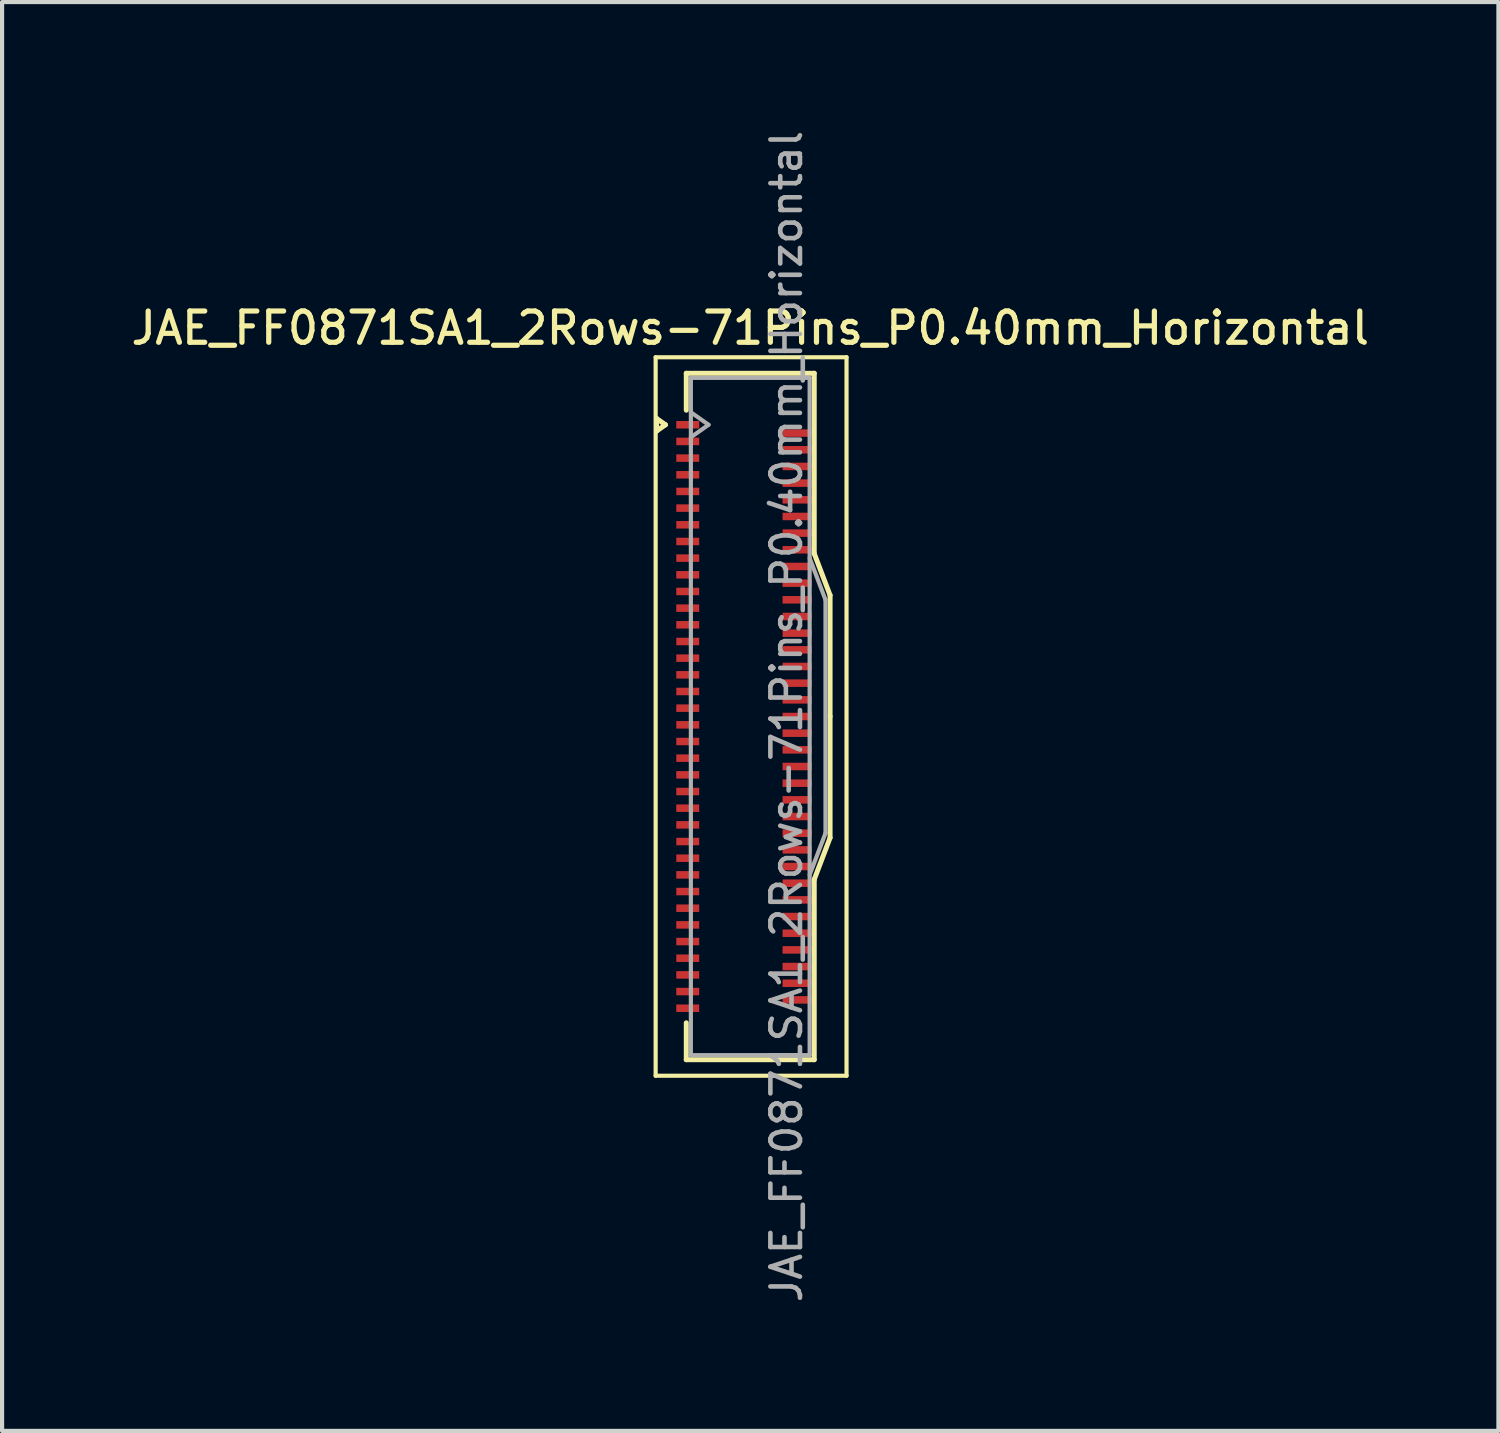
<source format=kicad_pcb>
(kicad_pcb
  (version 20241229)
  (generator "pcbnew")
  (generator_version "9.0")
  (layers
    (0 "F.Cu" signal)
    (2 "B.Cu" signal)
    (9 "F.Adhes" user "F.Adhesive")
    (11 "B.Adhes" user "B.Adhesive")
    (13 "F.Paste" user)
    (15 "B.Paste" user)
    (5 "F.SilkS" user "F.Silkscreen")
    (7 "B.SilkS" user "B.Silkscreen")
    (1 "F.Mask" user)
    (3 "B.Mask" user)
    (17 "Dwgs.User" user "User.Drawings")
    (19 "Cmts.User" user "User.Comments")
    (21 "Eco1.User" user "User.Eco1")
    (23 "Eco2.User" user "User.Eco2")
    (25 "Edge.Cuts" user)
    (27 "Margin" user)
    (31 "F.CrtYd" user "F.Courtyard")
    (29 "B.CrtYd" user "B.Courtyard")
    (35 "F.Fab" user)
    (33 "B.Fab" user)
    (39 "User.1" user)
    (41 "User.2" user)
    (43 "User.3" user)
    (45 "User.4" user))
  (footprint "JAE_FF0871SA1_2Rows-71Pins_P0.40mm_Horizontal"
    (layer "F.Cu")
    (at 14.802 14.142)
    (property "Reference" "JAE_FF0871SA1_2Rows-71Pins_P0.40mm_Horizontal" (at 0.15 -9.32 0) (layer "F.SilkS") (effects (font (size 0.75 0.75) (thickness 0.125))))
    (attr smd)
    (fp_line (start -2.12 -8.62) (end -2.12 8.62) (stroke (width 0.1) (type solid)) (layer "F.SilkS"))
    (fp_line (start -2.12 8.62) (end 2.46 8.62) (stroke (width 0.1) (type solid)) (layer "F.SilkS"))
    (fp_line (start -2.097 -7.15) (end -1.885 -7) (stroke (width 0.12) (type solid)) (layer "F.SilkS"))
    (fp_line (start -2.097 -6.85) (end -2.097 -7.15) (stroke (width 0.12) (type solid)) (layer "F.SilkS"))
    (fp_line (start -1.885 -7) (end -2.097 -6.85) (stroke (width 0.12) (type solid)) (layer "F.SilkS"))
    (fp_line (start -1.385 -8.235) (end 1.685 -8.235) (stroke (width 0.12) (type solid)) (layer "F.SilkS"))
    (fp_line (start -1.385 -7.35) (end -1.385 -8.235) (stroke (width 0.12) (type solid)) (layer "F.SilkS"))
    (fp_line (start -1.385 7.35) (end -1.385 8.235) (stroke (width 0.12) (type solid)) (layer "F.SilkS"))
    (fp_line (start -1.385 8.235) (end 1.685 8.235) (stroke (width 0.12) (type solid)) (layer "F.SilkS"))
    (fp_line (start 1.685 -8.235) (end 1.685 -3.91) (stroke (width 0.12) (type solid)) (layer "F.SilkS"))
    (fp_line (start 1.685 -3.91) (end 2.065 -2.91) (stroke (width 0.12) (type solid)) (layer "F.SilkS"))
    (fp_line (start 1.685 3.91) (end 2.065 2.91) (stroke (width 0.12) (type solid)) (layer "F.SilkS"))
    (fp_line (start 1.685 8.235) (end 1.685 3.91) (stroke (width 0.12) (type solid)) (layer "F.SilkS"))
    (fp_line (start 2.065 -2.91) (end 2.065 0) (stroke (width 0.12) (type solid)) (layer "F.SilkS"))
    (fp_line (start 2.065 2.91) (end 2.065 0) (stroke (width 0.12) (type solid)) (layer "F.SilkS"))
    (fp_line (start 2.46 -8.62) (end -2.12 -8.62) (stroke (width 0.1) (type solid)) (layer "F.SilkS"))
    (fp_line (start 2.46 8.62) (end 2.46 -8.62) (stroke (width 0.1) (type solid)) (layer "F.SilkS"))
    (fp_line (start -1.275 -8.125) (end -1.275 8.125) (stroke (width 0.1) (type solid)) (layer "F.Fab"))
    (fp_line (start -1.275 -7.3) (end -0.851 -7) (stroke (width 0.1) (type solid)) (layer "F.Fab"))
    (fp_line (start -1.275 8.125) (end 1.575 8.125) (stroke (width 0.1) (type solid)) (layer "F.Fab"))
    (fp_line (start -0.851 -7) (end -1.275 -6.7) (stroke (width 0.1) (type solid)) (layer "F.Fab"))
    (fp_line (start 1.575 -8.125) (end -1.275 -8.125) (stroke (width 0.1) (type solid)) (layer "F.Fab"))
    (fp_line (start 1.575 -3.8) (end 1.955 -2.8) (stroke (width 0.1) (type solid)) (layer "F.Fab"))
    (fp_line (start 1.575 8.125) (end 1.575 -8.125) (stroke (width 0.1) (type solid)) (layer "F.Fab"))
    (fp_line (start 1.955 -2.8) (end 1.955 2.8) (stroke (width 0.1) (type solid)) (layer "F.Fab"))
    (fp_line (start 1.955 2.8) (end 1.575 3.8) (stroke (width 0.1) (type solid)) (layer "F.Fab"))
    (fp_text user "${REFERENCE}" (at 1.02 0 90) (layer "F.Fab") (effects (font (size 0.71 0.71) (thickness 0.11))))
    (pad "1" smd rect (at -1.35 -7) (size 0.55 0.18) (layers "F.Cu" "F.Mask" "F.Paste"))
    (pad "2" smd rect (at 1.275 -6.8) (size 0.7 0.18) (layers "F.Cu" "F.Mask" "F.Paste"))
    (pad "3" smd rect (at -1.35 -6.6) (size 0.55 0.18) (layers "F.Cu" "F.Mask" "F.Paste"))
    (pad "4" smd rect (at 1.275 -6.4) (size 0.7 0.18) (layers "F.Cu" "F.Mask" "F.Paste"))
    (pad "5" smd rect (at -1.35 -6.2) (size 0.55 0.18) (layers "F.Cu" "F.Mask" "F.Paste"))
    (pad "6" smd rect (at 1.275 -6) (size 0.7 0.18) (layers "F.Cu" "F.Mask" "F.Paste"))
    (pad "7" smd rect (at -1.35 -5.8) (size 0.55 0.18) (layers "F.Cu" "F.Mask" "F.Paste"))
    (pad "8" smd rect (at 1.275 -5.6) (size 0.7 0.18) (layers "F.Cu" "F.Mask" "F.Paste"))
    (pad "9" smd rect (at -1.35 -5.4) (size 0.55 0.18) (layers "F.Cu" "F.Mask" "F.Paste"))
    (pad "10" smd rect (at 1.275 -5.2) (size 0.7 0.18) (layers "F.Cu" "F.Mask" "F.Paste"))
    (pad "11" smd rect (at -1.35 -5) (size 0.55 0.18) (layers "F.Cu" "F.Mask" "F.Paste"))
    (pad "12" smd rect (at 1.275 -4.8) (size 0.7 0.18) (layers "F.Cu" "F.Mask" "F.Paste"))
    (pad "13" smd rect (at -1.35 -4.6) (size 0.55 0.18) (layers "F.Cu" "F.Mask" "F.Paste"))
    (pad "14" smd rect (at 1.275 -4.4) (size 0.7 0.18) (layers "F.Cu" "F.Mask" "F.Paste"))
    (pad "15" smd rect (at -1.35 -4.2) (size 0.55 0.18) (layers "F.Cu" "F.Mask" "F.Paste"))
    (pad "16" smd rect (at 1.275 -4) (size 0.7 0.18) (layers "F.Cu" "F.Mask" "F.Paste"))
    (pad "17" smd rect (at -1.35 -3.8) (size 0.55 0.18) (layers "F.Cu" "F.Mask" "F.Paste"))
    (pad "18" smd rect (at 1.275 -3.6) (size 0.7 0.18) (layers "F.Cu" "F.Mask" "F.Paste"))
    (pad "19" smd rect (at -1.35 -3.4) (size 0.55 0.18) (layers "F.Cu" "F.Mask" "F.Paste"))
    (pad "20" smd rect (at 1.275 -3.2) (size 0.7 0.18) (layers "F.Cu" "F.Mask" "F.Paste"))
    (pad "21" smd rect (at -1.35 -3) (size 0.55 0.18) (layers "F.Cu" "F.Mask" "F.Paste"))
    (pad "22" smd rect (at 1.275 -2.8) (size 0.7 0.18) (layers "F.Cu" "F.Mask" "F.Paste"))
    (pad "23" smd rect (at -1.35 -2.6) (size 0.55 0.18) (layers "F.Cu" "F.Mask" "F.Paste"))
    (pad "24" smd rect (at 1.275 -2.4) (size 0.7 0.18) (layers "F.Cu" "F.Mask" "F.Paste"))
    (pad "25" smd rect (at -1.35 -2.2) (size 0.55 0.18) (layers "F.Cu" "F.Mask" "F.Paste"))
    (pad "26" smd rect (at 1.275 -2) (size 0.7 0.18) (layers "F.Cu" "F.Mask" "F.Paste"))
    (pad "27" smd rect (at -1.35 -1.8) (size 0.55 0.18) (layers "F.Cu" "F.Mask" "F.Paste"))
    (pad "28" smd rect (at 1.275 -1.6) (size 0.7 0.18) (layers "F.Cu" "F.Mask" "F.Paste"))
    (pad "29" smd rect (at -1.35 -1.4) (size 0.55 0.18) (layers "F.Cu" "F.Mask" "F.Paste"))
    (pad "30" smd rect (at 1.275 -1.2) (size 0.7 0.18) (layers "F.Cu" "F.Mask" "F.Paste"))
    (pad "31" smd rect (at -1.35 -1) (size 0.55 0.18) (layers "F.Cu" "F.Mask" "F.Paste"))
    (pad "32" smd rect (at 1.275 -0.8) (size 0.7 0.18) (layers "F.Cu" "F.Mask" "F.Paste"))
    (pad "33" smd rect (at -1.35 -0.6) (size 0.55 0.18) (layers "F.Cu" "F.Mask" "F.Paste"))
    (pad "34" smd rect (at 1.275 -0.4) (size 0.7 0.18) (layers "F.Cu" "F.Mask" "F.Paste"))
    (pad "35" smd rect (at -1.35 -0.2) (size 0.55 0.18) (layers "F.Cu" "F.Mask" "F.Paste"))
    (pad "36" smd rect (at 1.275 0) (size 0.7 0.18) (layers "F.Cu" "F.Mask" "F.Paste"))
    (pad "37" smd rect (at -1.35 0.2) (size 0.55 0.18) (layers "F.Cu" "F.Mask" "F.Paste"))
    (pad "38" smd rect (at 1.275 0.4) (size 0.7 0.18) (layers "F.Cu" "F.Mask" "F.Paste"))
    (pad "39" smd rect (at -1.35 0.6) (size 0.55 0.18) (layers "F.Cu" "F.Mask" "F.Paste"))
    (pad "40" smd rect (at 1.275 0.8) (size 0.7 0.18) (layers "F.Cu" "F.Mask" "F.Paste"))
    (pad "41" smd rect (at -1.35 1) (size 0.55 0.18) (layers "F.Cu" "F.Mask" "F.Paste"))
    (pad "42" smd rect (at 1.275 1.2) (size 0.7 0.18) (layers "F.Cu" "F.Mask" "F.Paste"))
    (pad "43" smd rect (at -1.35 1.4) (size 0.55 0.18) (layers "F.Cu" "F.Mask" "F.Paste"))
    (pad "44" smd rect (at 1.275 1.6) (size 0.7 0.18) (layers "F.Cu" "F.Mask" "F.Paste"))
    (pad "45" smd rect (at -1.35 1.8) (size 0.55 0.18) (layers "F.Cu" "F.Mask" "F.Paste"))
    (pad "46" smd rect (at 1.275 2) (size 0.7 0.18) (layers "F.Cu" "F.Mask" "F.Paste"))
    (pad "47" smd rect (at -1.35 2.2) (size 0.55 0.18) (layers "F.Cu" "F.Mask" "F.Paste"))
    (pad "48" smd rect (at 1.275 2.4) (size 0.7 0.18) (layers "F.Cu" "F.Mask" "F.Paste"))
    (pad "49" smd rect (at -1.35 2.6) (size 0.55 0.18) (layers "F.Cu" "F.Mask" "F.Paste"))
    (pad "50" smd rect (at 1.275 2.8) (size 0.7 0.18) (layers "F.Cu" "F.Mask" "F.Paste"))
    (pad "51" smd rect (at -1.35 3) (size 0.55 0.18) (layers "F.Cu" "F.Mask" "F.Paste"))
    (pad "52" smd rect (at 1.275 3.2) (size 0.7 0.18) (layers "F.Cu" "F.Mask" "F.Paste"))
    (pad "53" smd rect (at -1.35 3.4) (size 0.55 0.18) (layers "F.Cu" "F.Mask" "F.Paste"))
    (pad "54" smd rect (at 1.275 3.6) (size 0.7 0.18) (layers "F.Cu" "F.Mask" "F.Paste"))
    (pad "55" smd rect (at -1.35 3.8) (size 0.55 0.18) (layers "F.Cu" "F.Mask" "F.Paste"))
    (pad "56" smd rect (at 1.275 4) (size 0.7 0.18) (layers "F.Cu" "F.Mask" "F.Paste"))
    (pad "57" smd rect (at -1.35 4.2) (size 0.55 0.18) (layers "F.Cu" "F.Mask" "F.Paste"))
    (pad "58" smd rect (at 1.275 4.4) (size 0.7 0.18) (layers "F.Cu" "F.Mask" "F.Paste"))
    (pad "59" smd rect (at -1.35 4.6) (size 0.55 0.18) (layers "F.Cu" "F.Mask" "F.Paste"))
    (pad "60" smd rect (at 1.275 4.8) (size 0.7 0.18) (layers "F.Cu" "F.Mask" "F.Paste"))
    (pad "61" smd rect (at -1.35 5) (size 0.55 0.18) (layers "F.Cu" "F.Mask" "F.Paste"))
    (pad "62" smd rect (at 1.275 5.2) (size 0.7 0.18) (layers "F.Cu" "F.Mask" "F.Paste"))
    (pad "63" smd rect (at -1.35 5.4) (size 0.55 0.18) (layers "F.Cu" "F.Mask" "F.Paste"))
    (pad "64" smd rect (at 1.275 5.6) (size 0.7 0.18) (layers "F.Cu" "F.Mask" "F.Paste"))
    (pad "65" smd rect (at -1.35 5.8) (size 0.55 0.18) (layers "F.Cu" "F.Mask" "F.Paste"))
    (pad "66" smd rect (at 1.275 6) (size 0.7 0.18) (layers "F.Cu" "F.Mask" "F.Paste"))
    (pad "67" smd rect (at -1.35 6.2) (size 0.55 0.18) (layers "F.Cu" "F.Mask" "F.Paste"))
    (pad "68" smd rect (at 1.275 6.4) (size 0.7 0.18) (layers "F.Cu" "F.Mask" "F.Paste"))
    (pad "69" smd rect (at -1.35 6.6) (size 0.55 0.18) (layers "F.Cu" "F.Mask" "F.Paste"))
    (pad "70" smd rect (at 1.275 6.8) (size 0.7 0.18) (layers "F.Cu" "F.Mask" "F.Paste"))
    (pad "71" smd rect (at -1.35 7) (size 0.55 0.18) (layers "F.Cu" "F.Mask" "F.Paste")))
  (gr_rect
    (start -3 -3)
    (end 32.904 31.284)
    (stroke (width 0.1) (type default))
    (fill no)
    (layer "Edge.Cuts")))
</source>
